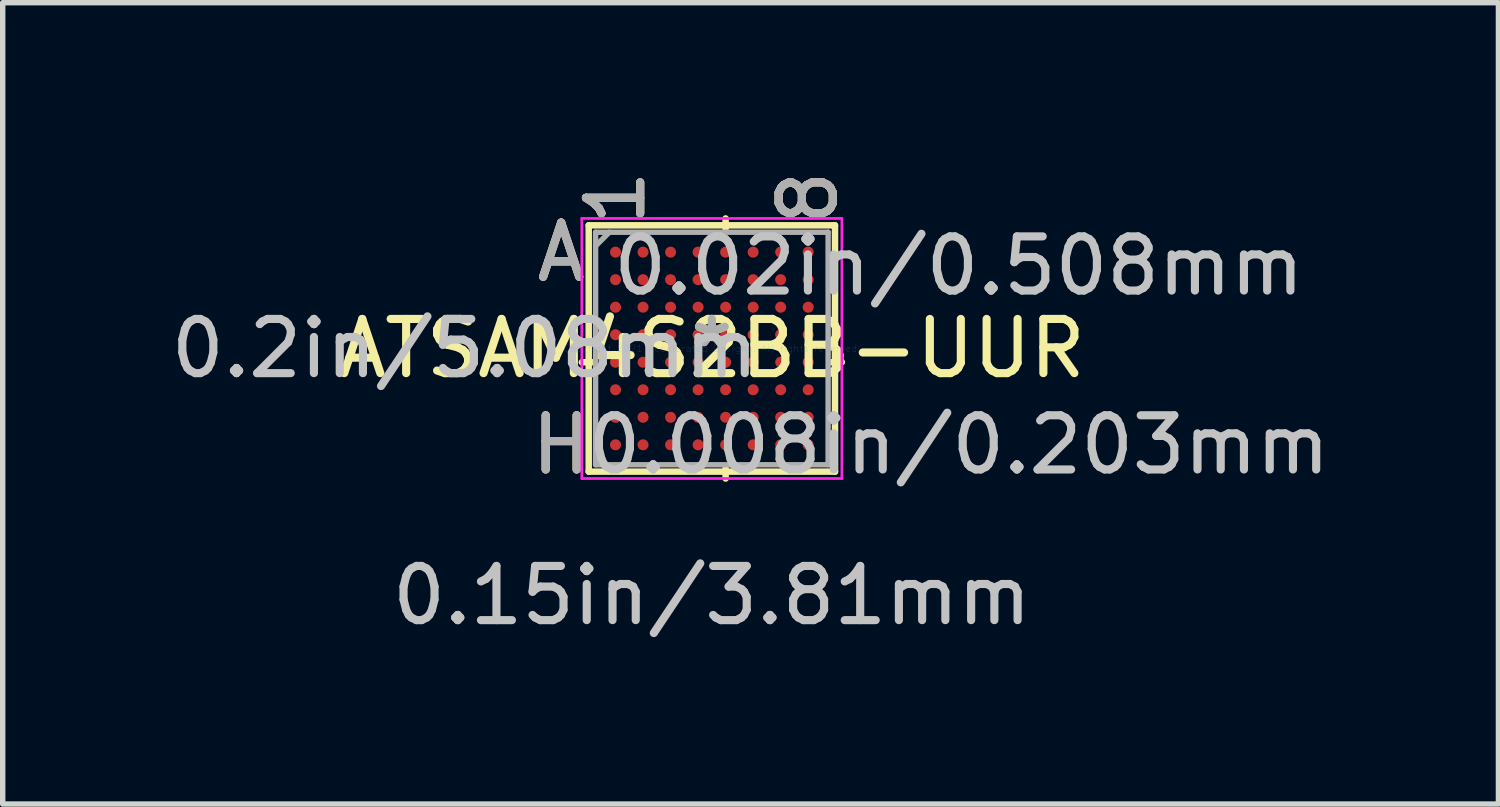
<source format=kicad_pcb>
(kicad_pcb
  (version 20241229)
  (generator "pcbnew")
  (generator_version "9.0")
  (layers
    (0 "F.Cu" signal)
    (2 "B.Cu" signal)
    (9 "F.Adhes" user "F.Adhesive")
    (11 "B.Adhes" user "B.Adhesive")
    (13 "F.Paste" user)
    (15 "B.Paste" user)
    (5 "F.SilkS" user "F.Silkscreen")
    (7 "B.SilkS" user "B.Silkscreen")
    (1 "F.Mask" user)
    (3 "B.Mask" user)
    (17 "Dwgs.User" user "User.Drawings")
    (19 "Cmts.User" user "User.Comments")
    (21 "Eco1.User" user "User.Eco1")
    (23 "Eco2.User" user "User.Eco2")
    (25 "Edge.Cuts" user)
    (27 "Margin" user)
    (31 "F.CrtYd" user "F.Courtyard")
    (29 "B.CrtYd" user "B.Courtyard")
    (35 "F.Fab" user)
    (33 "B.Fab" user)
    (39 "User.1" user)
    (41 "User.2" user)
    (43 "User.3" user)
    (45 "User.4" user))
  (footprint "ATSAM4S2BB-UUR"
    (layer "F.Cu")
    (at 10.089 3.382)
    (property "Reference" "ATSAM4S2BB-UUR" (at 0 0 0) (layer "F.SilkS") (effects (font (size 1 1) (thickness 0.15))))
    (attr through_hole)
    (fp_line (start -2.273 -2.273) (end -2.273 2.273) (stroke (width 0.12) (type solid)) (layer "F.SilkS"))
    (fp_line (start -2.273 2.273) (end 2.273 2.273) (stroke (width 0.12) (type solid)) (layer "F.SilkS"))
    (fp_line (start -2.212 0.254) (end -2.4 0.254) (stroke (width 0.12) (type solid)) (layer "F.SilkS"))
    (fp_line (start 0.254 -2.212) (end 0.254 -2.4) (stroke (width 0.12) (type solid)) (layer "F.SilkS"))
    (fp_line (start 0.254 2.212) (end 0.254 2.4) (stroke (width 0.12) (type solid)) (layer "F.SilkS"))
    (fp_line (start 2.212 0.254) (end 2.4 0.254) (stroke (width 0.12) (type solid)) (layer "F.SilkS"))
    (fp_line (start 2.273 -2.273) (end -2.273 -2.273) (stroke (width 0.12) (type solid)) (layer "F.SilkS"))
    (fp_line (start 2.273 2.273) (end 2.273 -2.273) (stroke (width 0.12) (type solid)) (layer "F.SilkS"))
    (fp_line (start -2.4 -2.4) (end 2.4 -2.4) (stroke (width 0.05) (type solid)) (layer "F.CrtYd"))
    (fp_line (start -2.4 2.4) (end -2.4 -2.4) (stroke (width 0.05) (type solid)) (layer "F.CrtYd"))
    (fp_line (start 2.4 -2.4) (end 2.4 2.4) (stroke (width 0.05) (type solid)) (layer "F.CrtYd"))
    (fp_line (start 2.4 2.4) (end -2.4 2.4) (stroke (width 0.05) (type solid)) (layer "F.CrtYd"))
    (fp_line (start -2.146 -2.146) (end -2.146 2.146) (stroke (width 0.1) (type solid)) (layer "F.Fab"))
    (fp_line (start -2.146 2.146) (end 2.146 2.146) (stroke (width 0.1) (type solid)) (layer "F.Fab"))
    (fp_line (start -1.892 -2.146) (end -2.146 -1.892) (stroke (width 0.1) (type solid)) (layer "F.Fab"))
    (fp_line (start 2.146 -2.146) (end -2.146 -2.146) (stroke (width 0.1) (type solid)) (layer "F.Fab"))
    (fp_line (start 2.146 2.146) (end 2.146 -2.146) (stroke (width 0.1) (type solid)) (layer "F.Fab"))
    (fp_text user "8" (at 1.778 -2.781 90) (layer "F.SilkS") (effects (font (size 1 1) (thickness 0.15))))
    (fp_text user "A" (at -2.781 -1.778 0) (layer "F.SilkS") (effects (font (size 1 1) (thickness 0.15))))
    (fp_text user "1" (at -1.778 -2.781 90) (layer "F.SilkS") (effects (font (size 1 1) (thickness 0.15))))
    (fp_text user "H" (at -2.781 1.778 0) (layer "F.SilkS") (effects (font (size 1 1) (thickness 0.15))))
    (fp_text user "*" (at 0 0 0) (layer "F.SilkS") (effects (font (size 1 1) (thickness 0.15))))
    (fp_text user "A" (at -2.781 -1.778 0) (layer "B.SilkS") (effects (font (size 1 1) (thickness 0.15))))
    (fp_text user "8" (at 1.778 -2.781 90) (layer "B.SilkS") (effects (font (size 1 1) (thickness 0.15))))
    (fp_text user "H" (at -2.781 1.778 0) (layer "B.SilkS") (effects (font (size 1 1) (thickness 0.15))))
    (fp_text user "1" (at -1.778 -2.781 90) (layer "B.SilkS") (effects (font (size 1 1) (thickness 0.15))))
    (fp_text user "0.15in/3.81mm" (at 0 4.559 0) (layer "Dwgs.User") (effects (font (size 1 1) (thickness 0.15))))
    (fp_text user "0.008in/0.203mm" (at 4.559 1.778 0) (layer "Dwgs.User") (effects (font (size 1 1) (thickness 0.15))))
    (fp_text user "0.2in/5.08mm" (at -4.559 0 0) (layer "Dwgs.User") (effects (font (size 1 1) (thickness 0.15))))
    (fp_text user "0.02in/0.508mm" (at 4.559 -1.524 0) (layer "Dwgs.User") (effects (font (size 1 1) (thickness 0.15))))
    (fp_text user "Copyright 2021 Accelerated Designs. All rights reserved." (at 0 0 0) (layer "Cmts.User") (effects (font (size 0.127 0.127) (thickness 0.002))))
    (fp_text user "A" (at -2.781 -1.778 0) (layer "F.Fab") (effects (font (size 1 1) (thickness 0.15))))
    (fp_text user "H" (at -2.781 1.778 0) (layer "F.Fab") (effects (font (size 1 1) (thickness 0.15))))
    (fp_text user "1" (at -1.778 -2.781 90) (layer "F.Fab") (effects (font (size 1 1) (thickness 0.15))))
    (fp_text user "*" (at 0 0 0) (layer "F.Fab") (effects (font (size 1 1) (thickness 0.15))))
    (fp_text user "8" (at 1.778 -2.781 90) (layer "F.Fab") (effects (font (size 1 1) (thickness 0.15))))
    (pad "A1" smd circle (at -1.778 -1.778) (size 0.203 0.203) (layers "F.Cu" "F.Mask" "F.Paste"))
    (pad "A2" smd circle (at -1.27 -1.778) (size 0.203 0.203) (layers "F.Cu" "F.Mask" "F.Paste"))
    (pad "A3" smd circle (at -0.762 -1.778) (size 0.203 0.203) (layers "F.Cu" "F.Mask" "F.Paste"))
    (pad "A4" smd circle (at -0.254 -1.778) (size 0.203 0.203) (layers "F.Cu" "F.Mask" "F.Paste"))
    (pad "A5" smd circle (at 0.254 -1.778) (size 0.203 0.203) (layers "F.Cu" "F.Mask" "F.Paste"))
    (pad "A6" smd circle (at 0.762 -1.778) (size 0.203 0.203) (layers "F.Cu" "F.Mask" "F.Paste"))
    (pad "A7" smd circle (at 1.27 -1.778) (size 0.203 0.203) (layers "F.Cu" "F.Mask" "F.Paste"))
    (pad "A8" smd circle (at 1.778 -1.778) (size 0.203 0.203) (layers "F.Cu" "F.Mask" "F.Paste"))
    (pad "B1" smd circle (at -1.778 -1.27) (size 0.203 0.203) (layers "F.Cu" "F.Mask" "F.Paste"))
    (pad "B2" smd circle (at -1.27 -1.27) (size 0.203 0.203) (layers "F.Cu" "F.Mask" "F.Paste"))
    (pad "B3" smd circle (at -0.762 -1.27) (size 0.203 0.203) (layers "F.Cu" "F.Mask" "F.Paste"))
    (pad "B4" smd circle (at -0.254 -1.27) (size 0.203 0.203) (layers "F.Cu" "F.Mask" "F.Paste"))
    (pad "B5" smd circle (at 0.254 -1.27) (size 0.203 0.203) (layers "F.Cu" "F.Mask" "F.Paste"))
    (pad "B6" smd circle (at 0.762 -1.27) (size 0.203 0.203) (layers "F.Cu" "F.Mask" "F.Paste"))
    (pad "B7" smd circle (at 1.27 -1.27) (size 0.203 0.203) (layers "F.Cu" "F.Mask" "F.Paste"))
    (pad "B8" smd circle (at 1.778 -1.27) (size 0.203 0.203) (layers "F.Cu" "F.Mask" "F.Paste"))
    (pad "C1" smd circle (at -1.778 -0.762) (size 0.203 0.203) (layers "F.Cu" "F.Mask" "F.Paste"))
    (pad "C2" smd circle (at -1.27 -0.762) (size 0.203 0.203) (layers "F.Cu" "F.Mask" "F.Paste"))
    (pad "C3" smd circle (at -0.762 -0.762) (size 0.203 0.203) (layers "F.Cu" "F.Mask" "F.Paste"))
    (pad "C4" smd circle (at -0.254 -0.762) (size 0.203 0.203) (layers "F.Cu" "F.Mask" "F.Paste"))
    (pad "C5" smd circle (at 0.254 -0.762) (size 0.203 0.203) (layers "F.Cu" "F.Mask" "F.Paste"))
    (pad "C6" smd circle (at 0.762 -0.762) (size 0.203 0.203) (layers "F.Cu" "F.Mask" "F.Paste"))
    (pad "C7" smd circle (at 1.27 -0.762) (size 0.203 0.203) (layers "F.Cu" "F.Mask" "F.Paste"))
    (pad "C8" smd circle (at 1.778 -0.762) (size 0.203 0.203) (layers "F.Cu" "F.Mask" "F.Paste"))
    (pad "D1" smd circle (at -1.778 -0.254) (size 0.203 0.203) (layers "F.Cu" "F.Mask" "F.Paste"))
    (pad "D2" smd circle (at -1.27 -0.254) (size 0.203 0.203) (layers "F.Cu" "F.Mask" "F.Paste"))
    (pad "D3" smd circle (at -0.762 -0.254) (size 0.203 0.203) (layers "F.Cu" "F.Mask" "F.Paste"))
    (pad "D4" smd circle (at -0.254 -0.254) (size 0.203 0.203) (layers "F.Cu" "F.Mask" "F.Paste"))
    (pad "D5" smd circle (at 0.254 -0.254) (size 0.203 0.203) (layers "F.Cu" "F.Mask" "F.Paste"))
    (pad "D6" smd circle (at 0.762 -0.254) (size 0.203 0.203) (layers "F.Cu" "F.Mask" "F.Paste"))
    (pad "D7" smd circle (at 1.27 -0.254) (size 0.203 0.203) (layers "F.Cu" "F.Mask" "F.Paste"))
    (pad "D8" smd circle (at 1.778 -0.254) (size 0.203 0.203) (layers "F.Cu" "F.Mask" "F.Paste"))
    (pad "E1" smd circle (at -1.778 0.254) (size 0.203 0.203) (layers "F.Cu" "F.Mask" "F.Paste"))
    (pad "E2" smd circle (at -1.27 0.254) (size 0.203 0.203) (layers "F.Cu" "F.Mask" "F.Paste"))
    (pad "E3" smd circle (at -0.762 0.254) (size 0.203 0.203) (layers "F.Cu" "F.Mask" "F.Paste"))
    (pad "E4" smd circle (at -0.254 0.254) (size 0.203 0.203) (layers "F.Cu" "F.Mask" "F.Paste"))
    (pad "E5" smd circle (at 0.254 0.254) (size 0.203 0.203) (layers "F.Cu" "F.Mask" "F.Paste"))
    (pad "E6" smd circle (at 0.762 0.254) (size 0.203 0.203) (layers "F.Cu" "F.Mask" "F.Paste"))
    (pad "E7" smd circle (at 1.27 0.254) (size 0.203 0.203) (layers "F.Cu" "F.Mask" "F.Paste"))
    (pad "E8" smd circle (at 1.778 0.254) (size 0.203 0.203) (layers "F.Cu" "F.Mask" "F.Paste"))
    (pad "F1" smd circle (at -1.778 0.762) (size 0.203 0.203) (layers "F.Cu" "F.Mask" "F.Paste"))
    (pad "F2" smd circle (at -1.27 0.762) (size 0.203 0.203) (layers "F.Cu" "F.Mask" "F.Paste"))
    (pad "F3" smd circle (at -0.762 0.762) (size 0.203 0.203) (layers "F.Cu" "F.Mask" "F.Paste"))
    (pad "F4" smd circle (at -0.254 0.762) (size 0.203 0.203) (layers "F.Cu" "F.Mask" "F.Paste"))
    (pad "F5" smd circle (at 0.254 0.762) (size 0.203 0.203) (layers "F.Cu" "F.Mask" "F.Paste"))
    (pad "F6" smd circle (at 0.762 0.762) (size 0.203 0.203) (layers "F.Cu" "F.Mask" "F.Paste"))
    (pad "F7" smd circle (at 1.27 0.762) (size 0.203 0.203) (layers "F.Cu" "F.Mask" "F.Paste"))
    (pad "F8" smd circle (at 1.778 0.762) (size 0.203 0.203) (layers "F.Cu" "F.Mask" "F.Paste"))
    (pad "G1" smd circle (at -1.778 1.27) (size 0.203 0.203) (layers "F.Cu" "F.Mask" "F.Paste"))
    (pad "G2" smd circle (at -1.27 1.27) (size 0.203 0.203) (layers "F.Cu" "F.Mask" "F.Paste"))
    (pad "G3" smd circle (at -0.762 1.27) (size 0.203 0.203) (layers "F.Cu" "F.Mask" "F.Paste"))
    (pad "G4" smd circle (at -0.254 1.27) (size 0.203 0.203) (layers "F.Cu" "F.Mask" "F.Paste"))
    (pad "G5" smd circle (at 0.254 1.27) (size 0.203 0.203) (layers "F.Cu" "F.Mask" "F.Paste"))
    (pad "G6" smd circle (at 0.762 1.27) (size 0.203 0.203) (layers "F.Cu" "F.Mask" "F.Paste"))
    (pad "G7" smd circle (at 1.27 1.27) (size 0.203 0.203) (layers "F.Cu" "F.Mask" "F.Paste"))
    (pad "G8" smd circle (at 1.778 1.27) (size 0.203 0.203) (layers "F.Cu" "F.Mask" "F.Paste"))
    (pad "H1" smd circle (at -1.778 1.778) (size 0.203 0.203) (layers "F.Cu" "F.Mask" "F.Paste"))
    (pad "H2" smd circle (at -1.27 1.778) (size 0.203 0.203) (layers "F.Cu" "F.Mask" "F.Paste"))
    (pad "H3" smd circle (at -0.762 1.778) (size 0.203 0.203) (layers "F.Cu" "F.Mask" "F.Paste"))
    (pad "H4" smd circle (at -0.254 1.778) (size 0.203 0.203) (layers "F.Cu" "F.Mask" "F.Paste"))
    (pad "H5" smd circle (at 0.254 1.778) (size 0.203 0.203) (layers "F.Cu" "F.Mask" "F.Paste"))
    (pad "H6" smd circle (at 0.762 1.778) (size 0.203 0.203) (layers "F.Cu" "F.Mask" "F.Paste"))
    (pad "H7" smd circle (at 1.27 1.778) (size 0.203 0.203) (layers "F.Cu" "F.Mask" "F.Paste"))
    (pad "H8" smd circle (at 1.778 1.778) (size 0.203 0.203) (layers "F.Cu" "F.Mask" "F.Paste")))
  (gr_rect
    (start -3 -3)
    (end 24.607 11.79)
    (stroke (width 0.1) (type default))
    (fill no)
    (layer "Edge.Cuts")))
</source>
